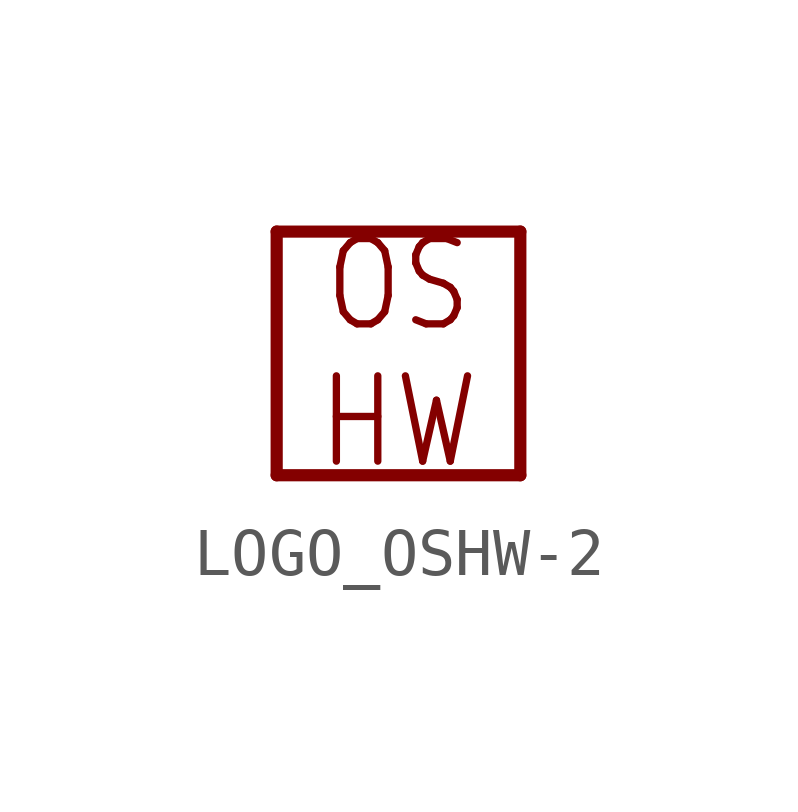
<source format=kicad_sym>
(kicad_symbol_lib
  (version 20231120)
  (generator "kicad_symbol_editor")
  (generator_version "8.0")
  (symbol "LOGO_OSHW-2"
    (property "Reference" "LOGO"
      (at 0 0 0)
      (effects (font (size 1.27 1.27)) (hide yes)))
    (property "ki_locked" ""
      (at 0 0 0)
      (effects (font (size 1.27 1.27))))
    (symbol "LOGO_OSHW-2_1_0"
      (polyline (pts (xy -2.54 -2.54) (xy -2.54 2.54)) (stroke (width 0.254) (type solid)) (fill (type none)))
      (polyline (pts (xy -2.54 2.54) (xy 2.54 2.54)) (stroke (width 0.254) (type solid)) (fill (type none)))
      (polyline (pts (xy 2.54 -2.54) (xy -2.54 -2.54)) (stroke (width 0.254) (type solid)) (fill (type none)))
      (polyline (pts (xy 2.54 2.54) (xy 2.54 -2.54)) (stroke (width 0.254) (type solid)) (fill (type none)))
      (text "OS\nHW" (at 0 0 0) (effects (font (size 1.778 1.511)))))))
</source>
